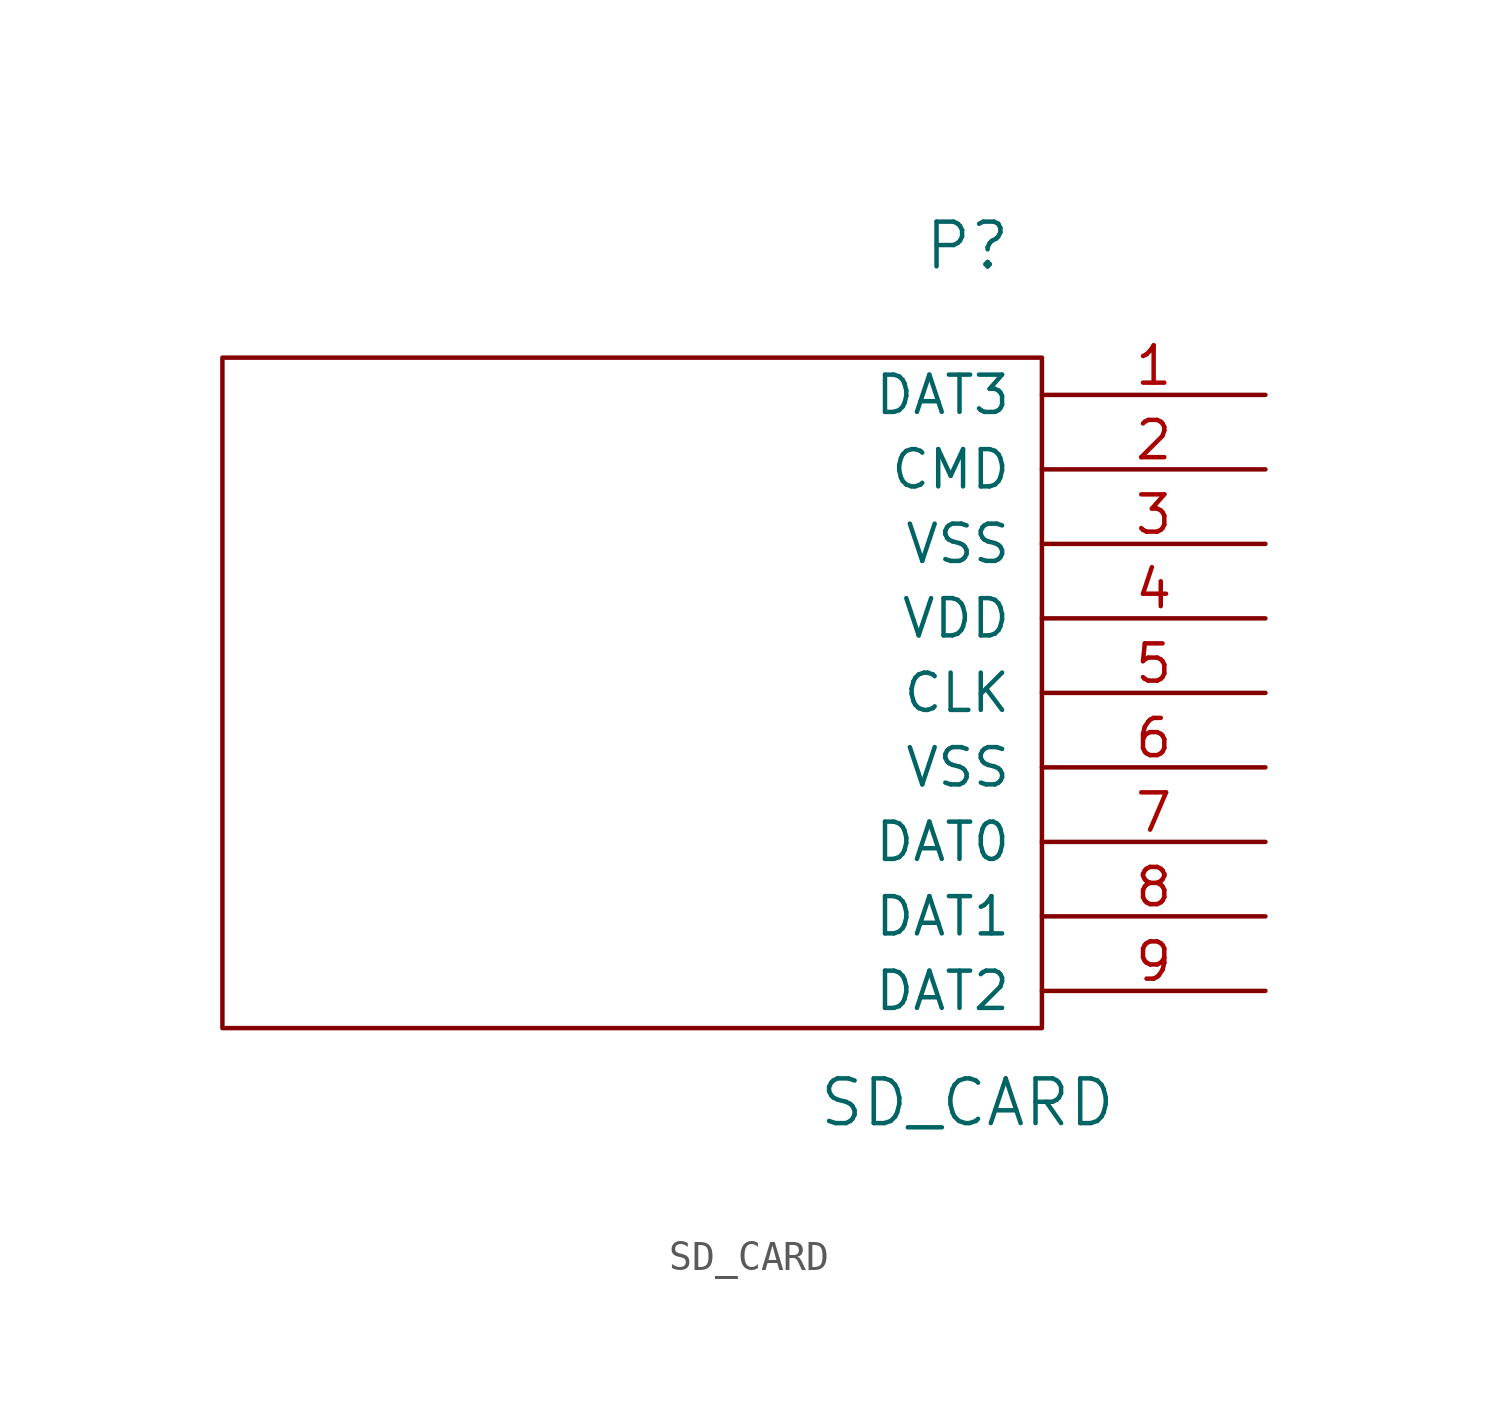
<source format=kicad_sym>
(kicad_symbol_lib
  (version 20220914)
  (generator kicad_symbol_editor)
  (symbol "SD_CARD"
    (pin_names
      (offset 1.016))
    (property "Reference" "P"
      (at 0 13.97 0)
      (effects (font (size 1.524 1.524))))
    (property "Value" "SD_CARD"
      (at 0 -15.24 0)
      (effects (font (size 1.524 1.524))))
    (property "Footprint" ""
      (at 0 0 0)
      (effects (font (size 1.524 1.524))))
    (property "Datasheet" ""
      (at 0 0 0)
      (effects (font (size 1.524 1.524))))
    (symbol "SD_CARD_0_1"
      (rectangle (start -25.4 10.16) (end 2.54 -12.7) (stroke (width 0) (type solid)) (fill (type none))))
    (symbol "SD_CARD_1_1"
      (pin input line (at 10.16 8.89 180) (length 7.62) (name "DAT3" (effects (font (size 1.27 1.27)))) (number "1" (effects (font (size 1.27 1.27)))))
      (pin input line (at 10.16 6.35 180) (length 7.62) (name "CMD" (effects (font (size 1.27 1.27)))) (number "2" (effects (font (size 1.27 1.27)))))
      (pin input line (at 10.16 3.81 180) (length 7.62) (name "VSS" (effects (font (size 1.27 1.27)))) (number "3" (effects (font (size 1.27 1.27)))))
      (pin power_in line (at 10.16 1.27 180) (length 7.62) (name "VDD" (effects (font (size 1.27 1.27)))) (number "4" (effects (font (size 1.27 1.27)))))
      (pin power_in line (at 10.16 -1.27 180) (length 7.62) (name "CLK" (effects (font (size 1.27 1.27)))) (number "5" (effects (font (size 1.27 1.27)))))
      (pin power_in line (at 10.16 -3.81 180) (length 7.62) (name "VSS" (effects (font (size 1.27 1.27)))) (number "6" (effects (font (size 1.27 1.27)))))
      (pin bidirectional line (at 10.16 -6.35 180) (length 7.62) (name "DAT0" (effects (font (size 1.27 1.27)))) (number "7" (effects (font (size 1.27 1.27)))))
      (pin bidirectional line (at 10.16 -8.89 180) (length 7.62) (name "DAT1" (effects (font (size 1.27 1.27)))) (number "8" (effects (font (size 1.27 1.27)))))
      (pin input line (at 10.16 -11.43 180) (length 7.62) (name "DAT2" (effects (font (size 1.27 1.27)))) (number "9" (effects (font (size 1.27 1.27))))))))
</source>
